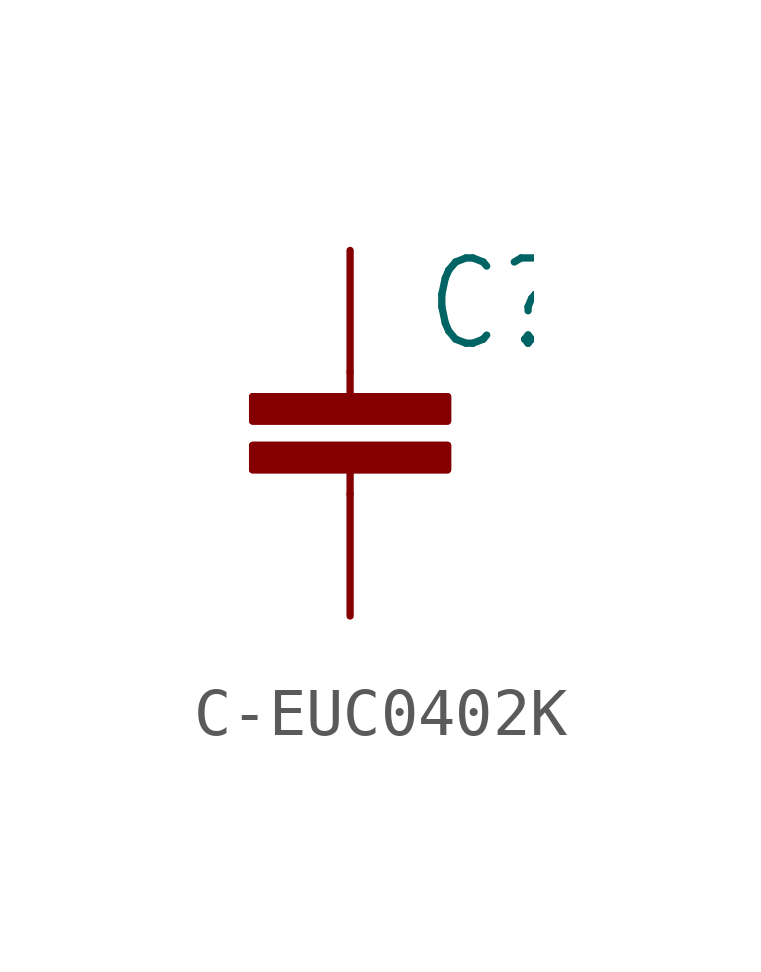
<source format=kicad_sym>
(kicad_symbol_lib
  (version 20241209)
  (generator "kicad_symbol_editor")
  (generator_version "9.0")
  (symbol "C-EUC0402K"
    (property "Reference" "C"
      (at 1.524 0.381 0)
      (effects (font (size 1.778 1.511)) (justify left bottom)))
    (property "Value" ""
      (at 1.524 -4.699 0)
      (effects (font (size 1.778 1.511)) (justify left bottom)))
    (property "ki_locked" ""
      (at 0 0 0)
      (effects (font (size 1.27 1.27))))
    (symbol "C-EUC0402K_1_0"
      (rectangle (start -2.032 -1.016) (end 2.032 -0.508) (stroke (width 0) (type default)) (fill (type outline)))
      (rectangle (start -2.032 -1.016) (end 2.032 -0.508) (stroke (width 0) (type default)) (fill (type outline)))
      (rectangle (start -2.032 -2.032) (end 2.032 -1.524) (stroke (width 0) (type default)) (fill (type outline)))
      (rectangle (start -2.032 -2.032) (end 2.032 -1.524) (stroke (width 0) (type default)) (fill (type outline)))
      (polyline (pts (xy 0 0) (xy 0 -0.508)) (stroke (width 0.152) (type solid)) (fill (type none)))
      (polyline (pts (xy 0 -2.54) (xy 0 -2.032)) (stroke (width 0.152) (type solid)) (fill (type none)))
      (pin passive line (at 0 2.54 270) (length 2.54) (name "1" (effects (font (size 0 0)))) (number "1" (effects (font (size 0 0)))))
      (pin passive line (at 0 -5.08 90) (length 2.54) (name "2" (effects (font (size 0 0)))) (number "2" (effects (font (size 0 0))))))))
</source>
